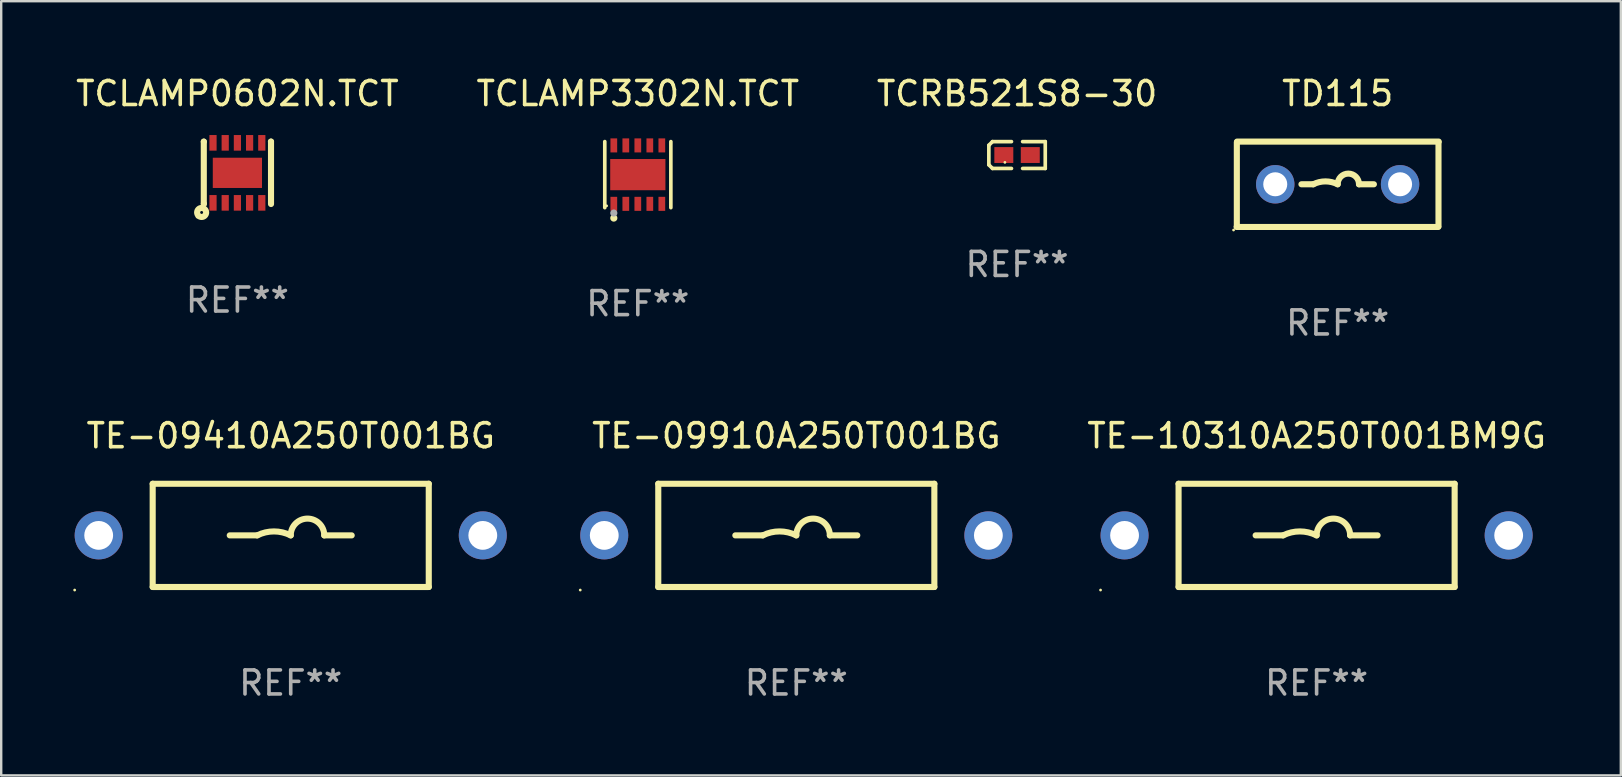
<source format=kicad_pcb>
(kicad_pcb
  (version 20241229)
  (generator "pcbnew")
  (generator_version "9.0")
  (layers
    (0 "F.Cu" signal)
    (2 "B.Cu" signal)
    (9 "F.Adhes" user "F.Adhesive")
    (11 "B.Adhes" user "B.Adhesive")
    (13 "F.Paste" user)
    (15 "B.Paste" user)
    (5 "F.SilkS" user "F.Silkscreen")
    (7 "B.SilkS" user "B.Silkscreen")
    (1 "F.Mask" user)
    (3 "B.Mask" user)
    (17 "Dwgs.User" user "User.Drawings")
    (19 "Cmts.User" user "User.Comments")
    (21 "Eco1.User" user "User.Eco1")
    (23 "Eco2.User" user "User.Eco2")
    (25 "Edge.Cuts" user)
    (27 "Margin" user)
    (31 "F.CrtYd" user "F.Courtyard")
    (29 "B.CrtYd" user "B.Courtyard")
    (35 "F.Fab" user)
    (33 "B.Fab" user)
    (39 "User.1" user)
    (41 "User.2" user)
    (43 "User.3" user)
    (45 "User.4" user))
  (footprint "TE-09410A250T001BG"
    (layer "F.Cu")
    (at 9.06 19.251)
    (property "Reference" "TE-09410A250T001BG" (at 0 -4.15 0) (layer "F.SilkS") (effects (font (size 1 1) (thickness 0.15))))
    (attr through_hole)
    (fp_line (start -5.75 2.15) (end 5.75 2.15) (stroke (width 0.254) (type solid)) (layer "F.SilkS"))
    (fp_line (start -5.75 -2.15) (end -5.75 2.15) (stroke (width 0.254) (type solid)) (layer "F.SilkS"))
    (fp_line (start -5.75 -2.15) (end 5.75 -2.15) (stroke (width 0.254) (type solid)) (layer "F.SilkS"))
    (fp_line (start -2.54 0) (end -1.397 0) (stroke (width 0.254) (type solid)) (layer "F.SilkS"))
    (fp_line (start 2.54 0) (end 1.397 0) (stroke (width 0.254) (type solid)) (layer "F.SilkS"))
    (fp_line (start 5.75 -2.15) (end 5.75 2.15) (stroke (width 0.254) (type solid)) (layer "F.SilkS"))
    (fp_arc (start -1.397003 0) (mid -0.698501 -0.164894) (end 0 0) (stroke (width 0.254001) (type solid)) (layer "F.SilkS"))
    (fp_arc (start -0.000001 0) (mid 0.698501 -0.698502) (end 1.397003 0) (stroke (width 0.254001) (type solid)) (layer "F.SilkS"))
    (fp_circle (center -9 2.277) (end -8.97 2.277) (stroke (width 0.06) (type solid)) (fill no) (layer "F.SilkS"))
    (fp_text user "REF**" (at 0 6.15 0) (layer "F.Fab") (effects (font (size 1 1) (thickness 0.15))))
    (pad "1" thru_hole circle (at -8 0) (size 2 2) (drill 1.2) (layers "*.Cu" "*.Mask"))
    (pad "2" thru_hole circle (at 8 0) (size 2 2) (drill 1.2) (layers "*.Cu" "*.Mask")))
  (footprint "TCLAMP3302N.TCT"
    (layer "F.Cu")
    (at 23.518 4.224)
    (property "Reference" "TCLAMP3302N.TCT" (at 0 -3.376 0) (layer "F.SilkS") (effects (font (size 1 1) (thickness 0.15))))
    (attr through_hole)
    (fp_line (start -1.376 1.376) (end -1.376 -1.376) (stroke (width 0.152) (type solid)) (layer "F.SilkS"))
    (fp_line (start 1.376 1.376) (end 1.376 -1.376) (stroke (width 0.152) (type solid)) (layer "F.SilkS"))
    (fp_circle (center -1.3 1.3) (end -1.27 1.3) (stroke (width 0.06) (type solid)) (fill no) (layer "F.SilkS"))
    (fp_circle (center -1 1.81) (end -0.925 1.81) (stroke (width 0.15) (type solid)) (fill no) (layer "F.SilkS"))
    (fp_circle (center -1 1.6) (end -0.925 1.6) (stroke (width 0.15) (type solid)) (fill no) (layer "F.Fab"))
    (fp_text user "REF**" (at 0 5.376 0) (layer "F.Fab") (effects (font (size 1 1) (thickness 0.15))))
    (pad "1" smd rect (at -1 1.217) (size 0.28 0.585) (layers "F.Cu" "F.Mask" "F.Paste"))
    (pad "2" smd rect (at -0.5 1.217) (size 0.28 0.585) (layers "F.Cu" "F.Mask" "F.Paste"))
    (pad "3" smd rect (at 0 1.217) (size 0.28 0.585) (layers "F.Cu" "F.Mask" "F.Paste"))
    (pad "4" smd rect (at 0.5 1.217) (size 0.28 0.585) (layers "F.Cu" "F.Mask" "F.Paste"))
    (pad "5" smd rect (at 1 1.217) (size 0.28 0.585) (layers "F.Cu" "F.Mask" "F.Paste"))
    (pad "6" smd rect (at 1 -1.217) (size 0.28 0.585) (layers "F.Cu" "F.Mask" "F.Paste"))
    (pad "7" smd rect (at 0.5 -1.217) (size 0.28 0.585) (layers "F.Cu" "F.Mask" "F.Paste"))
    (pad "8" smd rect (at 0 -1.217) (size 0.28 0.585) (layers "F.Cu" "F.Mask" "F.Paste"))
    (pad "9" smd rect (at -0.5 -1.217) (size 0.28 0.585) (layers "F.Cu" "F.Mask" "F.Paste"))
    (pad "10" smd rect (at -1 -1.217) (size 0.28 0.585) (layers "F.Cu" "F.Mask" "F.Paste"))
    (pad "11" smd rect (at 0 0) (size 2.3 1.3) (layers "F.Cu" "F.Mask" "F.Paste")))
  (footprint "TE-10310A250T001BM9G"
    (layer "F.Cu")
    (at 51.793 19.251)
    (property "Reference" "TE-10310A250T001BM9G" (at 0 -4.15 0) (layer "F.SilkS") (effects (font (size 1 1) (thickness 0.15))))
    (attr through_hole)
    (fp_line (start -5.75 2.15) (end 5.75 2.15) (stroke (width 0.254) (type solid)) (layer "F.SilkS"))
    (fp_line (start -5.75 -2.15) (end -5.75 2.15) (stroke (width 0.254) (type solid)) (layer "F.SilkS"))
    (fp_line (start -5.75 -2.15) (end 5.75 -2.15) (stroke (width 0.254) (type solid)) (layer "F.SilkS"))
    (fp_line (start -2.54 0) (end -1.397 0) (stroke (width 0.254) (type solid)) (layer "F.SilkS"))
    (fp_line (start 2.54 0) (end 1.397 0) (stroke (width 0.254) (type solid)) (layer "F.SilkS"))
    (fp_line (start 5.75 -2.15) (end 5.75 2.15) (stroke (width 0.254) (type solid)) (layer "F.SilkS"))
    (fp_arc (start -1.397003 0) (mid -0.698501 -0.164894) (end 0 0) (stroke (width 0.254001) (type solid)) (layer "F.SilkS"))
    (fp_arc (start -0.000001 0) (mid 0.698501 -0.698502) (end 1.397003 0) (stroke (width 0.254001) (type solid)) (layer "F.SilkS"))
    (fp_circle (center -9 2.277) (end -8.97 2.277) (stroke (width 0.06) (type solid)) (fill no) (layer "F.SilkS"))
    (fp_text user "REF**" (at 0 6.15 0) (layer "F.Fab") (effects (font (size 1 1) (thickness 0.15))))
    (pad "1" thru_hole circle (at -8 0) (size 2 2) (drill 1.2) (layers "*.Cu" "*.Mask"))
    (pad "2" thru_hole circle (at 8 0) (size 2 2) (drill 1.2) (layers "*.Cu" "*.Mask")))
  (footprint "TE-09910A250T001BG"
    (layer "F.Cu")
    (at 30.12 19.251)
    (property "Reference" "TE-09910A250T001BG" (at 0 -4.15 0) (layer "F.SilkS") (effects (font (size 1 1) (thickness 0.15))))
    (attr through_hole)
    (fp_line (start -5.75 2.15) (end 5.75 2.15) (stroke (width 0.254) (type solid)) (layer "F.SilkS"))
    (fp_line (start -5.75 -2.15) (end -5.75 2.15) (stroke (width 0.254) (type solid)) (layer "F.SilkS"))
    (fp_line (start -5.75 -2.15) (end 5.75 -2.15) (stroke (width 0.254) (type solid)) (layer "F.SilkS"))
    (fp_line (start -2.54 0) (end -1.397 0) (stroke (width 0.254) (type solid)) (layer "F.SilkS"))
    (fp_line (start 2.54 0) (end 1.397 0) (stroke (width 0.254) (type solid)) (layer "F.SilkS"))
    (fp_line (start 5.75 -2.15) (end 5.75 2.15) (stroke (width 0.254) (type solid)) (layer "F.SilkS"))
    (fp_arc (start -1.397003 0) (mid -0.698501 -0.164894) (end 0 0) (stroke (width 0.254001) (type solid)) (layer "F.SilkS"))
    (fp_arc (start -0.000001 0) (mid 0.698501 -0.698502) (end 1.397003 0) (stroke (width 0.254001) (type solid)) (layer "F.SilkS"))
    (fp_circle (center -9 2.277) (end -8.97 2.277) (stroke (width 0.06) (type solid)) (fill no) (layer "F.SilkS"))
    (fp_text user "REF**" (at 0 6.15 0) (layer "F.Fab") (effects (font (size 1 1) (thickness 0.15))))
    (pad "1" thru_hole circle (at -8 0) (size 2 2) (drill 1.2) (layers "*.Cu" "*.Mask"))
    (pad "2" thru_hole circle (at 8 0) (size 2 2) (drill 1.2) (layers "*.Cu" "*.Mask")))
  (footprint "TCLAMP0602N.TCT"
    (layer "F.Cu")
    (at 6.839 4.149)
    (property "Reference" "TCLAMP0602N.TCT" (at 0 -3.301 0) (layer "F.SilkS") (effects (font (size 1 1) (thickness 0.15))))
    (attr through_hole)
    (fp_line (start -1.4 -1.299) (end -1.397 -1.299) (stroke (width 0.254) (type solid)) (layer "F.SilkS"))
    (fp_line (start -1.4 1.301) (end -1.4 -1.299) (stroke (width 0.254) (type solid)) (layer "F.SilkS"))
    (fp_line (start -1.398 1.287) (end -1.397 1.287) (stroke (width 0.254) (type solid)) (layer "F.SilkS"))
    (fp_line (start 1.397 -1.299) (end 1.4 -1.299) (stroke (width 0.254) (type solid)) (layer "F.SilkS"))
    (fp_line (start 1.4 1.299) (end 1.4 -1.301) (stroke (width 0.254) (type solid)) (layer "F.SilkS"))
    (fp_circle (center -1.678 1.839) (end -1.648 1.839) (stroke (width 0.06) (type solid)) (fill no) (layer "F.SilkS"))
    (fp_circle (center -1.49 1.651) (end -1.429 1.651) (stroke (width 0.254) (type solid)) (fill no) (layer "F.SilkS"))
    (fp_text user "REF**" (at 0 5.301 0) (layer "F.Fab") (effects (font (size 1 1) (thickness 0.15))))
    (pad "1" smd rect (at -1.016 1.251) (size 0.3 0.65) (layers "F.Cu" "F.Mask" "F.Paste"))
    (pad "2" smd rect (at -0.508 1.251) (size 0.3 0.65) (layers "F.Cu" "F.Mask" "F.Paste"))
    (pad "3" smd rect (at 0 1.251) (size 0.3 0.65) (layers "F.Cu" "F.Mask" "F.Paste"))
    (pad "4" smd rect (at 0.508 1.251) (size 0.3 0.65) (layers "F.Cu" "F.Mask" "F.Paste"))
    (pad "5" smd rect (at 1.016 1.251) (size 0.3 0.65) (layers "F.Cu" "F.Mask" "F.Paste"))
    (pad "6" smd rect (at 1.016 -1.249) (size 0.3 0.65) (layers "F.Cu" "F.Mask" "F.Paste"))
    (pad "7" smd rect (at 0.508 -1.249) (size 0.3 0.65) (layers "F.Cu" "F.Mask" "F.Paste"))
    (pad "8" smd rect (at 0 -1.249) (size 0.3 0.65) (layers "F.Cu" "F.Mask" "F.Paste"))
    (pad "9" smd rect (at -0.508 -1.249) (size 0.3 0.65) (layers "F.Cu" "F.Mask" "F.Paste"))
    (pad "10" smd rect (at -1.016 -1.249) (size 0.3 0.65) (layers "F.Cu" "F.Mask" "F.Paste"))
    (pad "11" smd rect (at -0.000254 0.001 90) (size 1.26 2.05) (layers "F.Cu" "F.Mask" "F.Paste")))
  (footprint "TD115"
    (layer "F.Cu")
    (at 52.67 4.626)
    (property "Reference" "TD115" (at 0 -3.778 0) (layer "F.SilkS") (effects (font (size 1 1) (thickness 0.15))))
    (attr through_hole)
    (fp_line (start -4.2 -1.75) (end -4.2 1.75) (stroke (width 0.254) (type solid)) (layer "F.SilkS"))
    (fp_line (start -4.191 -1.778) (end 4.209 -1.778) (stroke (width 0.254) (type solid)) (layer "F.SilkS"))
    (fp_line (start -1.509 0) (end -1.016 0) (stroke (width 0.254) (type solid)) (layer "F.SilkS"))
    (fp_line (start 1.509 0) (end 0.889 0) (stroke (width 0.254) (type solid)) (layer "F.SilkS"))
    (fp_line (start 4.191 1.778) (end -4.209 1.778) (stroke (width 0.254) (type solid)) (layer "F.SilkS"))
    (fp_line (start 4.2 -1.75) (end 4.2 1.75) (stroke (width 0.254) (type solid)) (layer "F.SilkS"))
    (fp_arc (start -1.016002 0) (mid -0.508001 -0.119923) (end 0 0) (stroke (width 0.254001) (type solid)) (layer "F.SilkS"))
    (fp_arc (start 0 0) (mid 0.444501 -0.444501) (end 0.889002 0) (stroke (width 0.254001) (type solid)) (layer "F.SilkS"))
    (fp_circle (center -4.336 1.905) (end -4.306 1.905) (stroke (width 0.06) (type solid)) (fill no) (layer "F.SilkS"))
    (fp_text user "REF**" (at 0 5.778 0) (layer "F.Fab") (effects (font (size 1 1) (thickness 0.15))))
    (pad "1" thru_hole circle (at -2.6 0) (size 1.6 1.6) (drill 1) (layers "*.Cu" "*.Mask"))
    (pad "2" thru_hole circle (at 2.6 0) (size 1.6 1.6) (drill 1) (layers "*.Cu" "*.Mask")))
  (footprint "TCRB521S8-30"
    (layer "F.Cu")
    (at 39.315 3.408)
    (property "Reference" "TCRB521S8-30" (at 0 -2.559 0) (layer "F.SilkS") (effects (font (size 1 1) (thickness 0.15))))
    (attr through_hole)
    (fp_line (start -1.175 -0.407) (end -1.023 -0.559) (stroke (width 0.152) (type solid)) (layer "F.SilkS"))
    (fp_line (start -1.175 0.407) (end -1.175 -0.407) (stroke (width 0.152) (type solid)) (layer "F.SilkS"))
    (fp_line (start -1.023 -0.559) (end -0.232 -0.559) (stroke (width 0.152) (type solid)) (layer "F.SilkS"))
    (fp_line (start -1.023 0.559) (end -1.175 0.407) (stroke (width 0.152) (type solid)) (layer "F.SilkS"))
    (fp_line (start -0.232 0.559) (end -1.023 0.559) (stroke (width 0.152) (type solid)) (layer "F.SilkS"))
    (fp_line (start 0.232 0.559) (end 1.175 0.559) (stroke (width 0.152) (type solid)) (layer "F.SilkS"))
    (fp_line (start 1.175 -0.559) (end 0.232 -0.559) (stroke (width 0.152) (type solid)) (layer "F.SilkS"))
    (fp_line (start 1.175 0.559) (end 1.175 -0.559) (stroke (width 0.152) (type solid)) (layer "F.SilkS"))
    (fp_circle (center -0.506 0.306) (end -0.476 0.306) (stroke (width 0.06) (type solid)) (fill no) (layer "F.SilkS"))
    (fp_text user "REF**" (at 0 4.559 0) (layer "F.Fab") (effects (font (size 1 1) (thickness 0.15))))
    (pad "1" smd rect (at -0.551 0) (size 0.79 0.661) (layers "F.Cu" "F.Mask" "F.Paste"))
    (pad "2" smd rect (at 0.551 0) (size 0.79 0.661) (layers "F.Cu" "F.Mask" "F.Paste")))
  (gr_rect
    (start -3 -3)
    (end 64.465 29.249)
    (stroke (width 0.1) (type default))
    (fill no)
    (layer "Edge.Cuts")))
</source>
